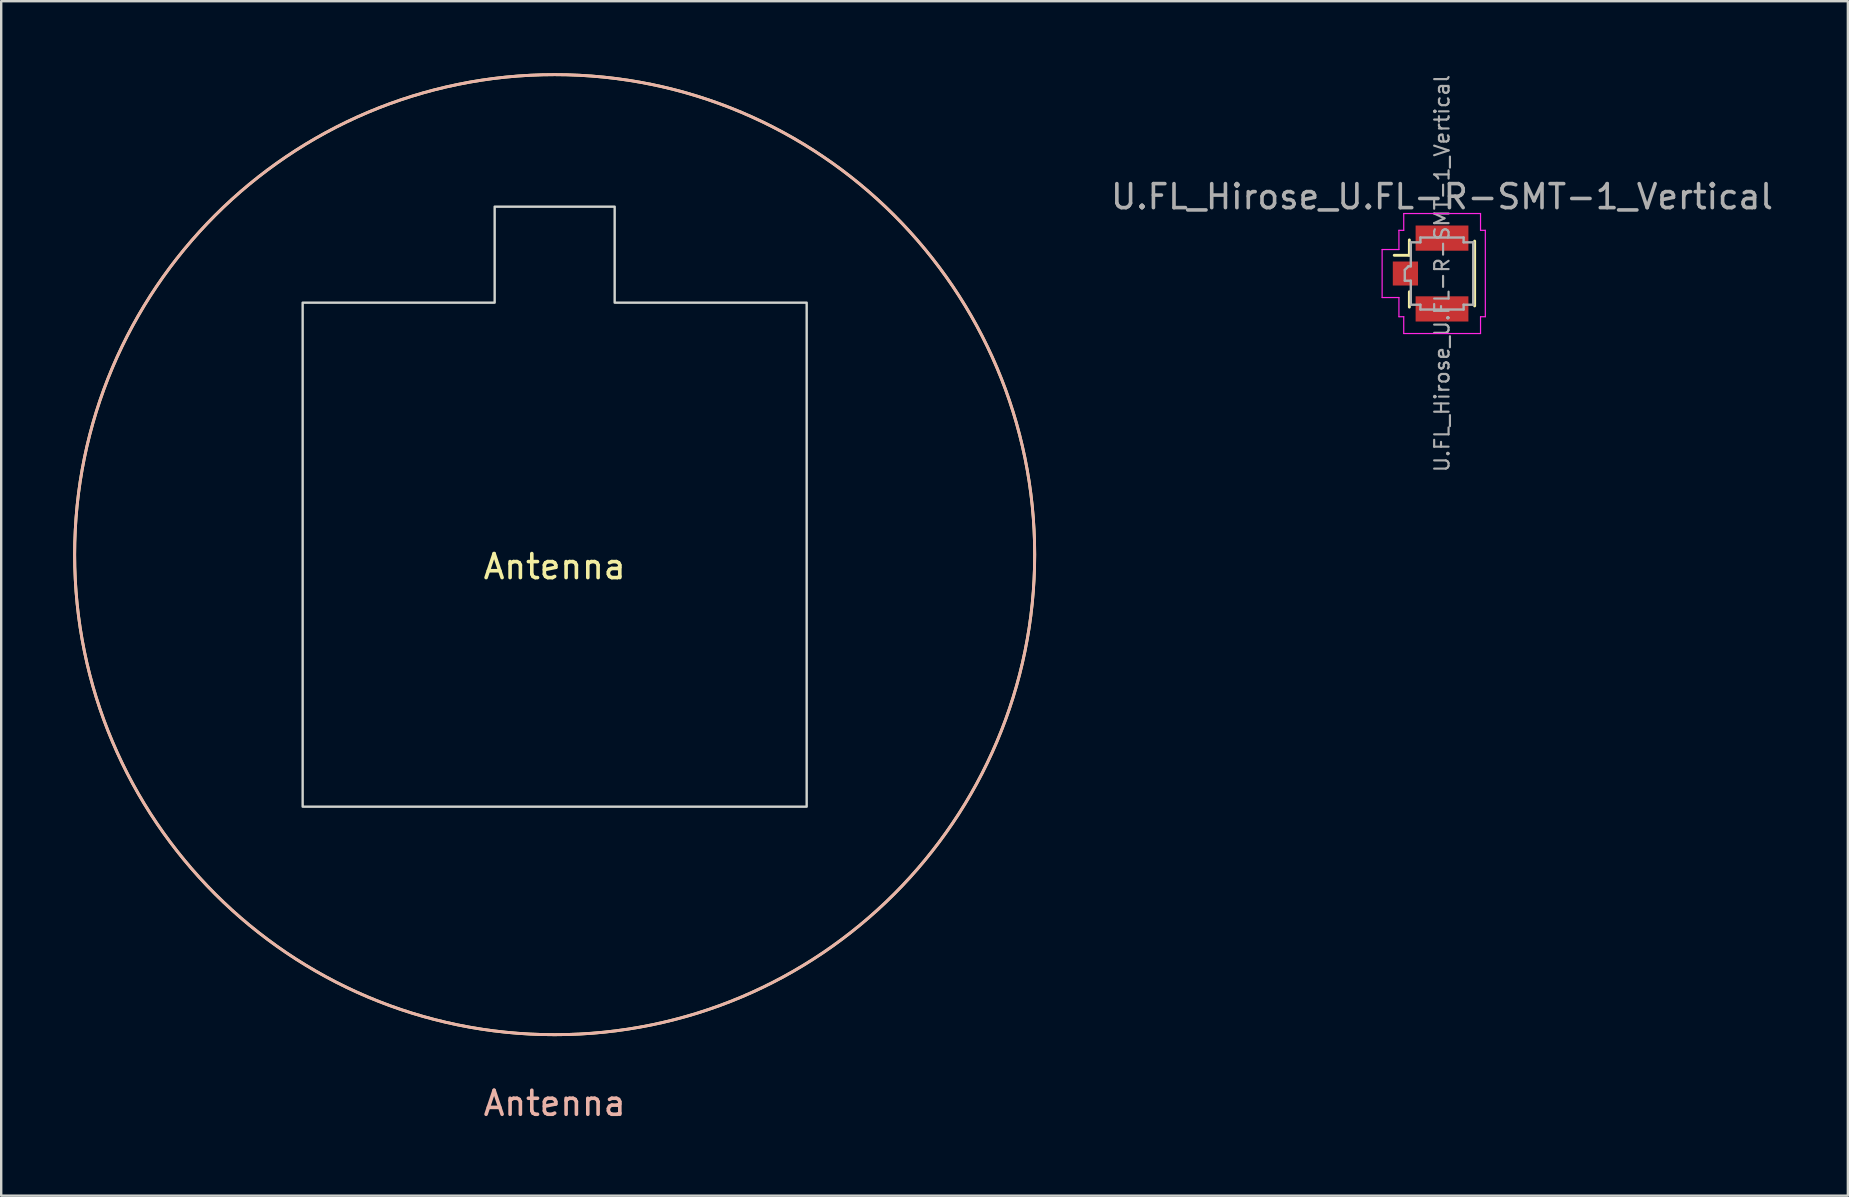
<source format=kicad_pcb>
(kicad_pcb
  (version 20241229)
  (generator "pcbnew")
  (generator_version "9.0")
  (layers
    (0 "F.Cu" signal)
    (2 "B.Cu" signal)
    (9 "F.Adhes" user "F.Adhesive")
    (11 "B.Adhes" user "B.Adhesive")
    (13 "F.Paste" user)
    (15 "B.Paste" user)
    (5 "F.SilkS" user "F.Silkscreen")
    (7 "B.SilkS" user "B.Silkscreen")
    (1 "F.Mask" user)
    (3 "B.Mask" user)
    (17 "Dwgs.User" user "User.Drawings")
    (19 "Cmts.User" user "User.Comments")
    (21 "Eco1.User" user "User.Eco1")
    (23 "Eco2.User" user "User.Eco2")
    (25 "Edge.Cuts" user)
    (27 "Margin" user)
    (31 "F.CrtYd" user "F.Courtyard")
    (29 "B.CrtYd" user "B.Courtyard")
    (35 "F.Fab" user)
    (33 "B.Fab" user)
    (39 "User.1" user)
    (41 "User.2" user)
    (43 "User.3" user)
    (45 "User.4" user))
  (footprint "Antenna"
    (layer "F.Cu")
    (at 20.06 20.06)
    (property "Reference" "Antenna" (at 0 0.5 0) (layer "F.SilkS") (effects (font (size 1 1) (thickness 0.15))))
    (attr through_hole)
    (fp_circle (center 0 0) (end 20 0) (stroke (width 0.12) (type solid)) (fill no) (layer "F.SilkS"))
    (fp_circle (center 0 0) (end 20 0) (stroke (width 0.12) (type solid)) (fill no) (layer "B.SilkS"))
    (fp_poly (pts (xy 10.5 -10.5) (xy 10.5 10.5) (xy -10.5 10.5) (xy -10.5 -10.5) (xy -2.5 -10.5) (xy -2.5 -14.5) (xy 2.5 -14.5) (xy 2.5 -10.5)) (stroke (width 0.1) (type solid)) (fill no) (layer "Eco1.User"))
    (fp_poly (pts (xy 10.5 -10.5) (xy 10.5 10.5) (xy -10.5 10.5) (xy -10.5 -10.5) (xy -2.5 -10.5) (xy -2.5 -14.5) (xy 2.5 -14.5) (xy 2.5 -10.5)) (stroke (width 0.1) (type solid)) (fill no) (layer "Edge.Cuts"))
    (fp_text user "Antenna" (at 0 22.86 0) (layer "B.SilkS") (effects (font (size 1 1) (thickness 0.15)))))
  (footprint "U.FL_Hirose_U.FL-R-SMT-1_Vertical"
    (layer "F.Cu")
    (at 56.556 8.346)
    (property "Reference" "U.FL_Hirose_U.FL-R-SMT-1_Vertical" (at 0.475 -3.2 0) (layer "F.Fab") (effects (font (size 1 1) (thickness 0.15))))
    (attr smd)
    (fp_line (start -0.885 -1.4) (end -0.885 -0.76) (stroke (width 0.12) (type solid)) (layer "F.SilkS"))
    (fp_line (start -0.885 -0.76) (end -1.515 -0.76) (stroke (width 0.12) (type solid)) (layer "F.SilkS"))
    (fp_line (start -0.885 1.4) (end -0.885 0.76) (stroke (width 0.12) (type solid)) (layer "F.SilkS"))
    (fp_line (start 1.835 -1.35) (end 1.835 1.35) (stroke (width 0.12) (type solid)) (layer "F.SilkS"))
    (fp_line (start -2.02 1) (end -2.02 -1) (stroke (width 0.05) (type solid)) (layer "F.CrtYd"))
    (fp_line (start -1.32 -1.8) (end -1.12 -1.8) (stroke (width 0.05) (type solid)) (layer "F.CrtYd"))
    (fp_line (start -1.32 -1) (end -2.02 -1) (stroke (width 0.05) (type solid)) (layer "F.CrtYd"))
    (fp_line (start -1.32 -1) (end -1.32 -1.8) (stroke (width 0.05) (type solid)) (layer "F.CrtYd"))
    (fp_line (start -1.32 1) (end -2.02 1) (stroke (width 0.05) (type solid)) (layer "F.CrtYd"))
    (fp_line (start -1.32 1.8) (end -1.32 1) (stroke (width 0.05) (type solid)) (layer "F.CrtYd"))
    (fp_line (start -1.32 1.8) (end -1.12 1.8) (stroke (width 0.05) (type solid)) (layer "F.CrtYd"))
    (fp_line (start -1.12 -1.8) (end -1.12 -2.5) (stroke (width 0.05) (type solid)) (layer "F.CrtYd"))
    (fp_line (start -1.12 2.5) (end -1.12 1.8) (stroke (width 0.05) (type solid)) (layer "F.CrtYd"))
    (fp_line (start 2.08 -2.5) (end -1.12 -2.5) (stroke (width 0.05) (type solid)) (layer "F.CrtYd"))
    (fp_line (start 2.08 -1.8) (end 2.08 -2.5) (stroke (width 0.05) (type solid)) (layer "F.CrtYd"))
    (fp_line (start 2.08 -1.8) (end 2.28 -1.8) (stroke (width 0.05) (type solid)) (layer "F.CrtYd"))
    (fp_line (start 2.08 1.8) (end 2.28 1.8) (stroke (width 0.05) (type solid)) (layer "F.CrtYd"))
    (fp_line (start 2.08 2.5) (end -1.12 2.5) (stroke (width 0.05) (type solid)) (layer "F.CrtYd"))
    (fp_line (start 2.08 2.5) (end 2.08 1.8) (stroke (width 0.05) (type solid)) (layer "F.CrtYd"))
    (fp_line (start 2.28 1.8) (end 2.28 -1.8) (stroke (width 0.05) (type solid)) (layer "F.CrtYd"))
    (fp_line (start -1.075 0.3) (end -1.075 -0.15) (stroke (width 0.1) (type solid)) (layer "F.Fab"))
    (fp_line (start -1.075 0.3) (end -0.825 0.3) (stroke (width 0.1) (type solid)) (layer "F.Fab"))
    (fp_line (start -0.925 -0.3) (end -1.075 -0.15) (stroke (width 0.1) (type solid)) (layer "F.Fab"))
    (fp_line (start -0.925 -0.3) (end -0.825 -0.3) (stroke (width 0.1) (type solid)) (layer "F.Fab"))
    (fp_line (start -0.825 -0.3) (end -0.825 -1.3) (stroke (width 0.1) (type solid)) (layer "F.Fab"))
    (fp_line (start -0.825 0.3) (end -0.825 1.3) (stroke (width 0.1) (type solid)) (layer "F.Fab"))
    (fp_line (start -0.425 -1.5) (end -0.425 -1.3) (stroke (width 0.1) (type solid)) (layer "F.Fab"))
    (fp_line (start -0.425 -1.5) (end 1.375 -1.5) (stroke (width 0.1) (type solid)) (layer "F.Fab"))
    (fp_line (start -0.425 -1.3) (end -0.825 -1.3) (stroke (width 0.1) (type solid)) (layer "F.Fab"))
    (fp_line (start -0.425 1.3) (end -0.825 1.3) (stroke (width 0.1) (type solid)) (layer "F.Fab"))
    (fp_line (start -0.425 1.5) (end -0.425 1.3) (stroke (width 0.1) (type solid)) (layer "F.Fab"))
    (fp_line (start -0.425 1.5) (end 1.375 1.5) (stroke (width 0.1) (type solid)) (layer "F.Fab"))
    (fp_line (start 1.375 -1.5) (end 1.375 -1.3) (stroke (width 0.1) (type solid)) (layer "F.Fab"))
    (fp_line (start 1.375 1.5) (end 1.375 1.3) (stroke (width 0.1) (type solid)) (layer "F.Fab"))
    (fp_line (start 1.775 -1.3) (end 1.375 -1.3) (stroke (width 0.1) (type solid)) (layer "F.Fab"))
    (fp_line (start 1.775 -1.3) (end 1.775 1.3) (stroke (width 0.1) (type solid)) (layer "F.Fab"))
    (fp_line (start 1.775 1.3) (end 1.375 1.3) (stroke (width 0.1) (type solid)) (layer "F.Fab"))
    (fp_text user "${REFERENCE}" (at 0.475 0 90) (layer "F.Fab") (effects (font (size 0.6 0.6) (thickness 0.09))))
    (pad "1" smd rect (at -1.05 0) (size 1.05 1) (layers "F.Cu" "F.Mask" "F.Paste"))
    (pad "2" smd rect (at 0.475 -1.475) (size 2.2 1.05) (layers "F.Cu" "F.Mask" "F.Paste"))
    (pad "2" smd rect (at 0.475 1.475) (size 2.2 1.05) (layers "F.Cu" "F.Mask" "F.Paste")))
  (gr_rect
    (start -3 -3)
    (end 73.941 46.768)
    (stroke (width 0.1) (type default))
    (fill no)
    (layer "Edge.Cuts")))
</source>
